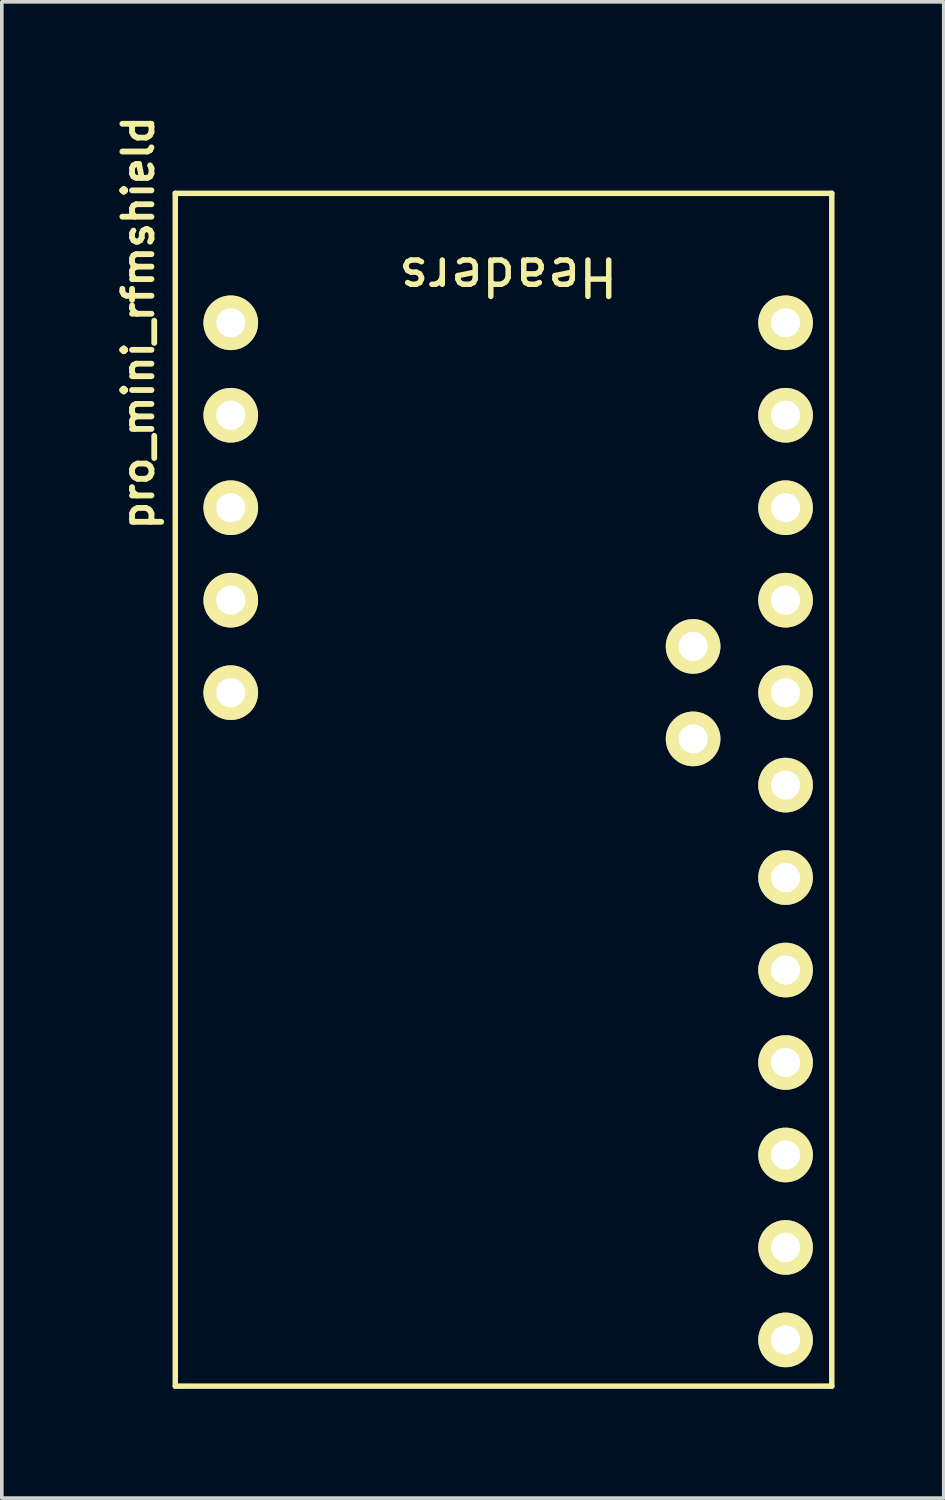
<source format=kicad_pcb>
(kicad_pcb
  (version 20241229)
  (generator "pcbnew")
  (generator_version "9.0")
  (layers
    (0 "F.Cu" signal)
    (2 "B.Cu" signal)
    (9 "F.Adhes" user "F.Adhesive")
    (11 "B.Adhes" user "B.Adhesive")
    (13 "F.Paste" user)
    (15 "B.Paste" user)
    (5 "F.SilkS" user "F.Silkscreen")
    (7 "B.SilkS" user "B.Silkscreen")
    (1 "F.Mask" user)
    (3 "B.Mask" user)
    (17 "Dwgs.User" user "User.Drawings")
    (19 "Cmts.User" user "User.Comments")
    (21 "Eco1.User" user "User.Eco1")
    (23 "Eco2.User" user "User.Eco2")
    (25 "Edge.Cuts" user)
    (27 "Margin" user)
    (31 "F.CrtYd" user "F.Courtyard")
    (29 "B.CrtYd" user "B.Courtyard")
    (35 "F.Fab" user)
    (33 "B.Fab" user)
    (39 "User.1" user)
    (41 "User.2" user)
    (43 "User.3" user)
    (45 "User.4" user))
  (footprint "pro_mini_rfmshield"
    (layer "F.Cu")
    (at 10.909 19.787)
    (property "Reference" "pro_mini_rfmshield" (at -10.16 -13.97 270) (layer "F.SilkS") (effects (font (size 0.8 0.8) (thickness 0.16))))
    (attr through_hole)
    (fp_line (start -9.144 15.24) (end -9.144 -17.526) (stroke (width 0.15) (type solid)) (layer "F.SilkS"))
    (fp_line (start -9.144 15.24) (end 8.89 15.24) (stroke (width 0.15) (type solid)) (layer "F.SilkS"))
    (fp_line (start 8.89 -17.526) (end -9.144 -17.526) (stroke (width 0.15) (type solid)) (layer "F.SilkS"))
    (fp_line (start 8.89 -17.526) (end 8.89 15.24) (stroke (width 0.15) (type solid)) (layer "F.SilkS"))
    (fp_text user "Headers" (at 0 -15.24 180) (unlocked yes) (layer "F.SilkS") (effects (font (size 1 1) (thickness 0.15))))
    (pad "1" thru_hole circle (at -7.62 -13.97 270) (size 1.501 1.501) (drill 0.8) (layers "*.Cu" "*.Mask" "F.SilkS"))
    (pad "2" thru_hole circle (at -7.62 -11.43 270) (size 1.501 1.501) (drill 0.8) (layers "*.Cu" "*.Mask" "F.SilkS"))
    (pad "3" thru_hole circle (at -7.62 -8.89 270) (size 1.501 1.501) (drill 0.8) (layers "*.Cu" "*.Mask" "F.SilkS"))
    (pad "18" thru_hole circle (at 7.62 1.27 270) (size 1.501 1.501) (drill 0.8) (layers "*.Cu" "*.Mask" "F.SilkS"))
    (pad "19" thru_hole circle (at 7.62 -1.27 270) (size 1.501 1.501) (drill 0.8) (layers "*.Cu" "*.Mask" "F.SilkS"))
    (pad "20" thru_hole circle (at 7.62 -3.81 270) (size 1.501 1.501) (drill 0.8) (layers "*.Cu" "*.Mask" "F.SilkS"))
    (pad "22" thru_hole circle (at 7.62 -8.89 270) (size 1.501 1.501) (drill 0.8) (layers "*.Cu" "*.Mask" "F.SilkS"))
    (pad "DIOO" thru_hole circle (at -7.62 -3.81 270) (size 1.501 1.501) (drill 0.8) (layers "*.Cu" "*.Mask" "F.SilkS"))
    (pad "GND" thru_hole circle (at -7.62 -6.35 270) (size 1.501 1.501) (drill 0.8) (layers "*.Cu" "*.Mask" "F.SilkS"))
    (pad "GND" thru_hole circle (at 7.62 -11.43 270) (size 1.501 1.501) (drill 0.8) (layers "*.Cu" "*.Mask" "F.SilkS"))
    (pad "MISO" thru_hole circle (at 7.62 8.89 270) (size 1.501 1.501) (drill 0.8) (layers "*.Cu" "*.Mask" "F.SilkS"))
    (pad "MOSI" thru_hole circle (at 7.62 11.43 270) (size 1.501 1.501) (drill 0.8) (layers "*.Cu" "*.Mask" "F.SilkS"))
    (pad "NSS" thru_hole circle (at 7.62 13.97 270) (size 1.501 1.501) (drill 0.8) (layers "*.Cu" "*.Mask" "F.SilkS"))
    (pad "RAW" thru_hole circle (at 7.62 -13.97 270) (size 1.501 1.501) (drill 0.8) (layers "*.Cu" "*.Mask" "F.SilkS"))
    (pad "SCK" thru_hole circle (at 7.62 6.35 270) (size 1.501 1.501) (drill 0.8) (layers "*.Cu" "*.Mask" "F.SilkS"))
    (pad "SCL" thru_hole circle (at 5.08 -5.08 270) (size 1.501 1.501) (drill 0.8) (layers "*.Cu" "*.Mask" "F.SilkS"))
    (pad "SDA" thru_hole circle (at 5.08 -2.54 270) (size 1.501 1.501) (drill 0.8) (layers "*.Cu" "*.Mask" "F.SilkS"))
    (pad "VCC" thru_hole circle (at 7.62 -6.35 270) (size 1.501 1.501) (drill 0.8) (layers "*.Cu" "*.Mask" "F.SilkS"))
    (pad "Vol Div" thru_hole circle (at 7.62 3.81 270) (size 1.501 1.501) (drill 0.8) (layers "*.Cu" "*.Mask" "F.SilkS")))
  (gr_rect
    (start -3 -3)
    (end 22.874 38.102)
    (stroke (width 0.1) (type default))
    (fill no)
    (layer "Edge.Cuts")))
</source>
